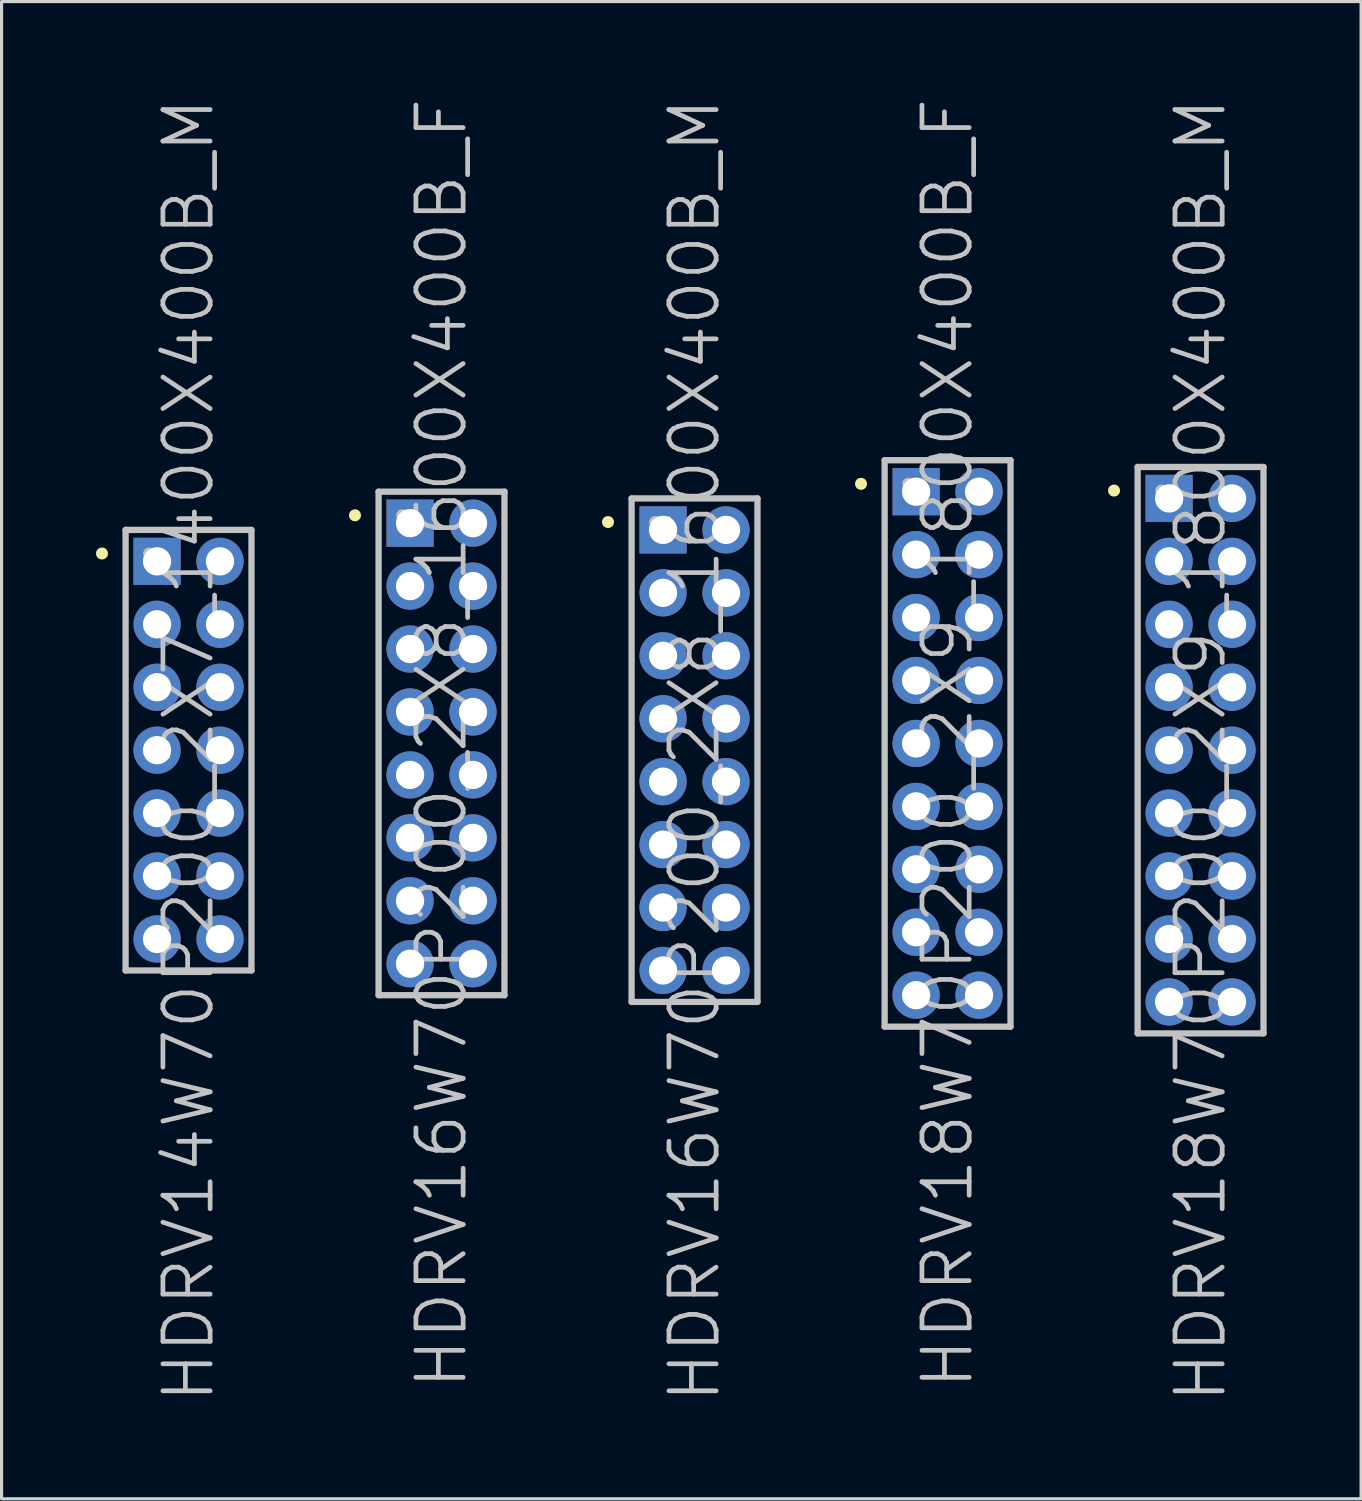
<source format=kicad_pcb>
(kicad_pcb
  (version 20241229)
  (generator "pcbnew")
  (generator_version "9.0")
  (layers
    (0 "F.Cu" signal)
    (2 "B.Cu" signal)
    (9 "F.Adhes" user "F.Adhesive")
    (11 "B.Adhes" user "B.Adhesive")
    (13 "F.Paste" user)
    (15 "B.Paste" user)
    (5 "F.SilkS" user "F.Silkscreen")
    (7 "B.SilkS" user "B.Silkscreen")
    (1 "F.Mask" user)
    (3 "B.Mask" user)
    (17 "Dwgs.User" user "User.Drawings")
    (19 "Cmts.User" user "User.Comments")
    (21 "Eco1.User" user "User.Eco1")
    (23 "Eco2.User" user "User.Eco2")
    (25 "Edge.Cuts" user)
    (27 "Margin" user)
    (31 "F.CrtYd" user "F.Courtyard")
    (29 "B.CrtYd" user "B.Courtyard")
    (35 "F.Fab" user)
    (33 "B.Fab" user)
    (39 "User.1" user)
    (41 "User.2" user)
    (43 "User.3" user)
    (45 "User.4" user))
  (footprint "HDRV18W70P200_2X9_1800X400B_M"
    (layer "F.Cu")
    (at 35.102 20.789)
    (property "Reference" "HDRV18W70P200_2X9_1800X400B_M" (at 0 0 90) (layer "Dwgs.User") (effects (font (size 1.5 1.5) (thickness 0.15))))
    (attr through_hole)
    (fp_line (start -2.75 -8.25) (end -2.75 -8.25) (stroke (width 0.381) (type solid)) (layer "F.SilkS"))
    (fp_line (start -2 -9) (end -2 9) (stroke (width 0.2) (type solid)) (layer "Dwgs.User"))
    (fp_line (start -2 -9) (end 2 -9) (stroke (width 0.2) (type solid)) (layer "Dwgs.User"))
    (fp_line (start -2 9) (end 2 9) (stroke (width 0.2) (type solid)) (layer "Dwgs.User"))
    (fp_line (start -1.25 -8.25) (end -1.25 -8.25) (stroke (width 0.381) (type solid)) (layer "Dwgs.User"))
    (fp_line (start 2 -9) (end 2 9) (stroke (width 0.2) (type solid)) (layer "Dwgs.User"))
    (pad "1" thru_hole rect (at -1 -8) (size 1.5 1.5) (drill 0.9) (layers "*.Cu" "*.Mask"))
    (pad "2" thru_hole circle (at 1 -8 270) (size 1.5 1.5) (drill 0.9) (layers "*.Cu" "*.Mask"))
    (pad "3" thru_hole circle (at -1 -6 270) (size 1.5 1.5) (drill 0.9) (layers "*.Cu" "*.Mask"))
    (pad "4" thru_hole circle (at 1 -6 270) (size 1.5 1.5) (drill 0.9) (layers "*.Cu" "*.Mask"))
    (pad "5" thru_hole circle (at -1 -4 270) (size 1.5 1.5) (drill 0.9) (layers "*.Cu" "*.Mask"))
    (pad "6" thru_hole circle (at 1 -4 270) (size 1.5 1.5) (drill 0.9) (layers "*.Cu" "*.Mask"))
    (pad "7" thru_hole circle (at -1 -2 270) (size 1.5 1.5) (drill 0.9) (layers "*.Cu" "*.Mask"))
    (pad "8" thru_hole circle (at 1 -2 270) (size 1.5 1.5) (drill 0.9) (layers "*.Cu" "*.Mask"))
    (pad "9" thru_hole circle (at -1 0 270) (size 1.5 1.5) (drill 0.9) (layers "*.Cu" "*.Mask"))
    (pad "10" thru_hole circle (at 1 0 270) (size 1.5 1.5) (drill 0.9) (layers "*.Cu" "*.Mask"))
    (pad "11" thru_hole circle (at -1 2 270) (size 1.5 1.5) (drill 0.9) (layers "*.Cu" "*.Mask"))
    (pad "12" thru_hole circle (at 1 2 270) (size 1.5 1.5) (drill 0.9) (layers "*.Cu" "*.Mask"))
    (pad "13" thru_hole circle (at -1 4 270) (size 1.5 1.5) (drill 0.9) (layers "*.Cu" "*.Mask"))
    (pad "14" thru_hole circle (at 1 4 270) (size 1.5 1.5) (drill 0.9) (layers "*.Cu" "*.Mask"))
    (pad "15" thru_hole circle (at -1 6 270) (size 1.5 1.5) (drill 0.9) (layers "*.Cu" "*.Mask"))
    (pad "16" thru_hole circle (at 1 6 270) (size 1.5 1.5) (drill 0.9) (layers "*.Cu" "*.Mask"))
    (pad "17" thru_hole circle (at -1 8 270) (size 1.5 1.5) (drill 0.9) (layers "*.Cu" "*.Mask"))
    (pad "18" thru_hole circle (at 1 8 270) (size 1.5 1.5) (drill 0.9) (layers "*.Cu" "*.Mask")))
  (footprint "HDRV16W70P200_2X8_1600X400B_M"
    (layer "F.Cu")
    (at 19.021 20.789)
    (property "Reference" "HDRV16W70P200_2X8_1600X400B_M" (at 0 0 90) (layer "Dwgs.User") (effects (font (size 1.5 1.5) (thickness 0.15))))
    (attr through_hole)
    (fp_line (start -2.75 -7.25) (end -2.75 -7.25) (stroke (width 0.381) (type solid)) (layer "F.SilkS"))
    (fp_line (start -2 -8) (end -2 8) (stroke (width 0.2) (type solid)) (layer "Dwgs.User"))
    (fp_line (start -2 -8) (end 2 -8) (stroke (width 0.2) (type solid)) (layer "Dwgs.User"))
    (fp_line (start -2 8) (end 2 8) (stroke (width 0.2) (type solid)) (layer "Dwgs.User"))
    (fp_line (start -1.25 -7.25) (end -1.25 -7.25) (stroke (width 0.381) (type solid)) (layer "Dwgs.User"))
    (fp_line (start 2 -8) (end 2 8) (stroke (width 0.2) (type solid)) (layer "Dwgs.User"))
    (pad "1" thru_hole rect (at -1 -7) (size 1.5 1.5) (drill 0.9) (layers "*.Cu" "*.Mask"))
    (pad "2" thru_hole circle (at 1 -7 270) (size 1.5 1.5) (drill 0.9) (layers "*.Cu" "*.Mask"))
    (pad "3" thru_hole circle (at -1 -5 270) (size 1.5 1.5) (drill 0.9) (layers "*.Cu" "*.Mask"))
    (pad "4" thru_hole circle (at 1 -5 270) (size 1.5 1.5) (drill 0.9) (layers "*.Cu" "*.Mask"))
    (pad "5" thru_hole circle (at -1 -3 270) (size 1.5 1.5) (drill 0.9) (layers "*.Cu" "*.Mask"))
    (pad "6" thru_hole circle (at 1 -3 270) (size 1.5 1.5) (drill 0.9) (layers "*.Cu" "*.Mask"))
    (pad "7" thru_hole circle (at -1 -1 270) (size 1.5 1.5) (drill 0.9) (layers "*.Cu" "*.Mask"))
    (pad "8" thru_hole circle (at 1 -1 270) (size 1.5 1.5) (drill 0.9) (layers "*.Cu" "*.Mask"))
    (pad "9" thru_hole circle (at -1 1 270) (size 1.5 1.5) (drill 0.9) (layers "*.Cu" "*.Mask"))
    (pad "10" thru_hole circle (at 1 1 270) (size 1.5 1.5) (drill 0.9) (layers "*.Cu" "*.Mask"))
    (pad "11" thru_hole circle (at -1 3 270) (size 1.5 1.5) (drill 0.9) (layers "*.Cu" "*.Mask"))
    (pad "12" thru_hole circle (at 1 3 270) (size 1.5 1.5) (drill 0.9) (layers "*.Cu" "*.Mask"))
    (pad "13" thru_hole circle (at -1 5 270) (size 1.5 1.5) (drill 0.9) (layers "*.Cu" "*.Mask"))
    (pad "14" thru_hole circle (at 1 5 270) (size 1.5 1.5) (drill 0.9) (layers "*.Cu" "*.Mask"))
    (pad "15" thru_hole circle (at -1 7 270) (size 1.5 1.5) (drill 0.9) (layers "*.Cu" "*.Mask"))
    (pad "16" thru_hole circle (at 1 7 270) (size 1.5 1.5) (drill 0.9) (layers "*.Cu" "*.Mask")))
  (footprint "HDRV18W70P200_2X9_1800X400B_F"
    (layer "F.Cu")
    (at 27.062 20.575)
    (property "Reference" "HDRV18W70P200_2X9_1800X400B_F" (at 0 0 90) (layer "Dwgs.User") (effects (font (size 1.5 1.5) (thickness 0.15))))
    (attr through_hole)
    (fp_line (start -2.75 -8.25) (end -2.75 -8.25) (stroke (width 0.381) (type solid)) (layer "F.SilkS"))
    (fp_line (start -2 -9) (end -2 9) (stroke (width 0.2) (type solid)) (layer "Dwgs.User"))
    (fp_line (start -2 -9) (end 2 -9) (stroke (width 0.2) (type solid)) (layer "Dwgs.User"))
    (fp_line (start -2 9) (end 2 9) (stroke (width 0.2) (type solid)) (layer "Dwgs.User"))
    (fp_line (start -1.25 -8.25) (end -1.25 -8.25) (stroke (width 0.381) (type solid)) (layer "Dwgs.User"))
    (fp_line (start 2 -9) (end 2 9) (stroke (width 0.2) (type solid)) (layer "Dwgs.User"))
    (pad "1" thru_hole rect (at -1 -8) (size 1.5 1.5) (drill 0.9) (layers "*.Cu" "*.Mask"))
    (pad "2" thru_hole circle (at 1 -8 270) (size 1.5 1.5) (drill 0.9) (layers "*.Cu" "*.Mask"))
    (pad "3" thru_hole circle (at -1 -6 270) (size 1.5 1.5) (drill 0.9) (layers "*.Cu" "*.Mask"))
    (pad "4" thru_hole circle (at 1 -6 270) (size 1.5 1.5) (drill 0.9) (layers "*.Cu" "*.Mask"))
    (pad "5" thru_hole circle (at -1 -4 270) (size 1.5 1.5) (drill 0.9) (layers "*.Cu" "*.Mask"))
    (pad "6" thru_hole circle (at 1 -4 270) (size 1.5 1.5) (drill 0.9) (layers "*.Cu" "*.Mask"))
    (pad "7" thru_hole circle (at -1 -2 270) (size 1.5 1.5) (drill 0.9) (layers "*.Cu" "*.Mask"))
    (pad "8" thru_hole circle (at 1 -2 270) (size 1.5 1.5) (drill 0.9) (layers "*.Cu" "*.Mask"))
    (pad "9" thru_hole circle (at -1 0 270) (size 1.5 1.5) (drill 0.9) (layers "*.Cu" "*.Mask"))
    (pad "10" thru_hole circle (at 1 0 270) (size 1.5 1.5) (drill 0.9) (layers "*.Cu" "*.Mask"))
    (pad "11" thru_hole circle (at -1 2 270) (size 1.5 1.5) (drill 0.9) (layers "*.Cu" "*.Mask"))
    (pad "12" thru_hole circle (at 1 2 270) (size 1.5 1.5) (drill 0.9) (layers "*.Cu" "*.Mask"))
    (pad "13" thru_hole circle (at -1 4 270) (size 1.5 1.5) (drill 0.9) (layers "*.Cu" "*.Mask"))
    (pad "14" thru_hole circle (at 1 4 270) (size 1.5 1.5) (drill 0.9) (layers "*.Cu" "*.Mask"))
    (pad "15" thru_hole circle (at -1 6 270) (size 1.5 1.5) (drill 0.9) (layers "*.Cu" "*.Mask"))
    (pad "16" thru_hole circle (at 1 6 270) (size 1.5 1.5) (drill 0.9) (layers "*.Cu" "*.Mask"))
    (pad "17" thru_hole circle (at -1 8 270) (size 1.5 1.5) (drill 0.9) (layers "*.Cu" "*.Mask"))
    (pad "18" thru_hole circle (at 1 8 270) (size 1.5 1.5) (drill 0.9) (layers "*.Cu" "*.Mask")))
  (footprint "HDRV16W70P200_2X8_1600X400B_F"
    (layer "F.Cu")
    (at 10.981 20.575)
    (property "Reference" "HDRV16W70P200_2X8_1600X400B_F" (at 0 0 90) (layer "Dwgs.User") (effects (font (size 1.5 1.5) (thickness 0.15))))
    (attr through_hole)
    (fp_line (start -2.75 -7.25) (end -2.75 -7.25) (stroke (width 0.381) (type solid)) (layer "F.SilkS"))
    (fp_line (start -2 -8) (end -2 8) (stroke (width 0.2) (type solid)) (layer "Dwgs.User"))
    (fp_line (start -2 -8) (end 2 -8) (stroke (width 0.2) (type solid)) (layer "Dwgs.User"))
    (fp_line (start -2 8) (end 2 8) (stroke (width 0.2) (type solid)) (layer "Dwgs.User"))
    (fp_line (start -1.25 -7.25) (end -1.25 -7.25) (stroke (width 0.381) (type solid)) (layer "Dwgs.User"))
    (fp_line (start 2 -8) (end 2 8) (stroke (width 0.2) (type solid)) (layer "Dwgs.User"))
    (pad "1" thru_hole rect (at -1 -7) (size 1.5 1.5) (drill 0.9) (layers "*.Cu" "*.Mask"))
    (pad "2" thru_hole circle (at 1 -7 270) (size 1.5 1.5) (drill 0.9) (layers "*.Cu" "*.Mask"))
    (pad "3" thru_hole circle (at -1 -5 270) (size 1.5 1.5) (drill 0.9) (layers "*.Cu" "*.Mask"))
    (pad "4" thru_hole circle (at 1 -5 270) (size 1.5 1.5) (drill 0.9) (layers "*.Cu" "*.Mask"))
    (pad "5" thru_hole circle (at -1 -3 270) (size 1.5 1.5) (drill 0.9) (layers "*.Cu" "*.Mask"))
    (pad "6" thru_hole circle (at 1 -3 270) (size 1.5 1.5) (drill 0.9) (layers "*.Cu" "*.Mask"))
    (pad "7" thru_hole circle (at -1 -1 270) (size 1.5 1.5) (drill 0.9) (layers "*.Cu" "*.Mask"))
    (pad "8" thru_hole circle (at 1 -1 270) (size 1.5 1.5) (drill 0.9) (layers "*.Cu" "*.Mask"))
    (pad "9" thru_hole circle (at -1 1 270) (size 1.5 1.5) (drill 0.9) (layers "*.Cu" "*.Mask"))
    (pad "10" thru_hole circle (at 1 1 270) (size 1.5 1.5) (drill 0.9) (layers "*.Cu" "*.Mask"))
    (pad "11" thru_hole circle (at -1 3 270) (size 1.5 1.5) (drill 0.9) (layers "*.Cu" "*.Mask"))
    (pad "12" thru_hole circle (at 1 3 270) (size 1.5 1.5) (drill 0.9) (layers "*.Cu" "*.Mask"))
    (pad "13" thru_hole circle (at -1 5 270) (size 1.5 1.5) (drill 0.9) (layers "*.Cu" "*.Mask"))
    (pad "14" thru_hole circle (at 1 5 270) (size 1.5 1.5) (drill 0.9) (layers "*.Cu" "*.Mask"))
    (pad "15" thru_hole circle (at -1 7 270) (size 1.5 1.5) (drill 0.9) (layers "*.Cu" "*.Mask"))
    (pad "16" thru_hole circle (at 1 7 270) (size 1.5 1.5) (drill 0.9) (layers "*.Cu" "*.Mask")))
  (footprint "HDRV14W70P200_2X7_1400X400B_M"
    (layer "F.Cu")
    (at 2.941 20.789)
    (property "Reference" "HDRV14W70P200_2X7_1400X400B_M" (at 0 0 90) (layer "Dwgs.User") (effects (font (size 1.5 1.5) (thickness 0.15))))
    (attr through_hole)
    (fp_line (start -2.75 -6.25) (end -2.75 -6.25) (stroke (width 0.381) (type solid)) (layer "F.SilkS"))
    (fp_line (start -2 -7) (end -2 7) (stroke (width 0.2) (type solid)) (layer "Dwgs.User"))
    (fp_line (start -2 -7) (end 2 -7) (stroke (width 0.2) (type solid)) (layer "Dwgs.User"))
    (fp_line (start -2 7) (end 2 7) (stroke (width 0.2) (type solid)) (layer "Dwgs.User"))
    (fp_line (start -1.25 -6.25) (end -1.25 -6.25) (stroke (width 0.381) (type solid)) (layer "Dwgs.User"))
    (fp_line (start 2 -7) (end 2 7) (stroke (width 0.2) (type solid)) (layer "Dwgs.User"))
    (pad "1" thru_hole rect (at -1 -6) (size 1.5 1.5) (drill 0.9) (layers "*.Cu" "*.Mask"))
    (pad "2" thru_hole circle (at 1 -6 270) (size 1.5 1.5) (drill 0.9) (layers "*.Cu" "*.Mask"))
    (pad "3" thru_hole circle (at -1 -4 270) (size 1.5 1.5) (drill 0.9) (layers "*.Cu" "*.Mask"))
    (pad "4" thru_hole circle (at 1 -4 270) (size 1.5 1.5) (drill 0.9) (layers "*.Cu" "*.Mask"))
    (pad "5" thru_hole circle (at -1 -2 270) (size 1.5 1.5) (drill 0.9) (layers "*.Cu" "*.Mask"))
    (pad "6" thru_hole circle (at 1 -2 270) (size 1.5 1.5) (drill 0.9) (layers "*.Cu" "*.Mask"))
    (pad "7" thru_hole circle (at -1 0 270) (size 1.5 1.5) (drill 0.9) (layers "*.Cu" "*.Mask"))
    (pad "8" thru_hole circle (at 1 0 270) (size 1.5 1.5) (drill 0.9) (layers "*.Cu" "*.Mask"))
    (pad "9" thru_hole circle (at -1 2 270) (size 1.5 1.5) (drill 0.9) (layers "*.Cu" "*.Mask"))
    (pad "10" thru_hole circle (at 1 2 270) (size 1.5 1.5) (drill 0.9) (layers "*.Cu" "*.Mask"))
    (pad "11" thru_hole circle (at -1 4 270) (size 1.5 1.5) (drill 0.9) (layers "*.Cu" "*.Mask"))
    (pad "12" thru_hole circle (at 1 4 270) (size 1.5 1.5) (drill 0.9) (layers "*.Cu" "*.Mask"))
    (pad "13" thru_hole circle (at -1 6 270) (size 1.5 1.5) (drill 0.9) (layers "*.Cu" "*.Mask"))
    (pad "14" thru_hole circle (at 1 6 270) (size 1.5 1.5) (drill 0.9) (layers "*.Cu" "*.Mask")))
  (gr_rect
    (start -3 -3)
    (end 40.203 44.579)
    (stroke (width 0.1) (type default))
    (fill no)
    (layer "Edge.Cuts")))
</source>
